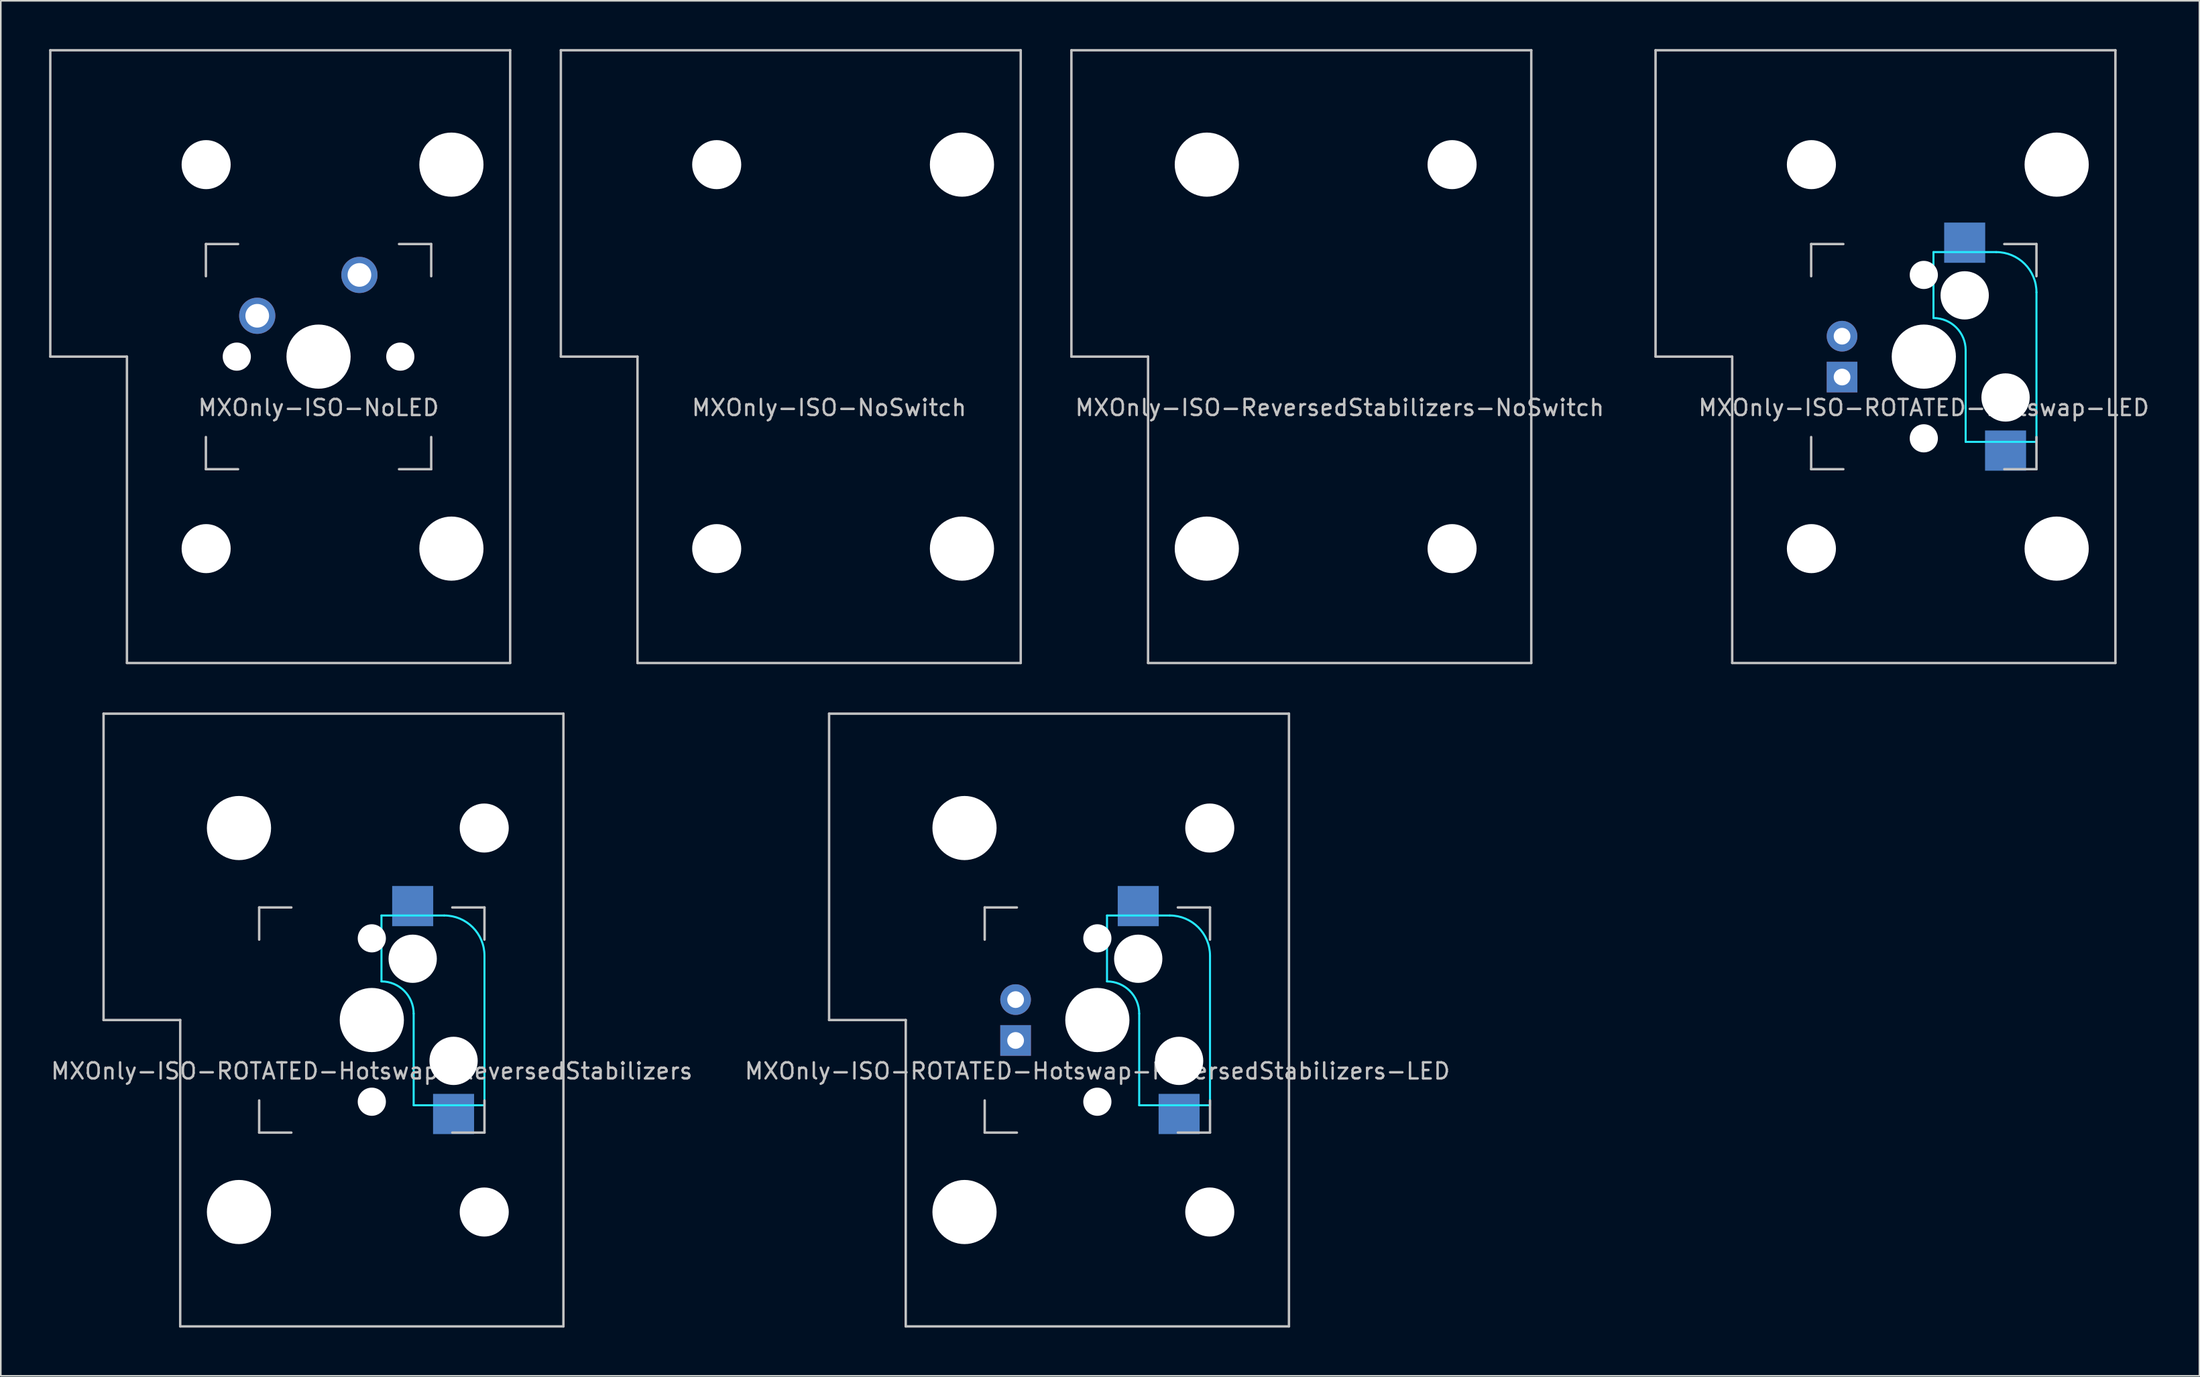
<source format=kicad_pcb>
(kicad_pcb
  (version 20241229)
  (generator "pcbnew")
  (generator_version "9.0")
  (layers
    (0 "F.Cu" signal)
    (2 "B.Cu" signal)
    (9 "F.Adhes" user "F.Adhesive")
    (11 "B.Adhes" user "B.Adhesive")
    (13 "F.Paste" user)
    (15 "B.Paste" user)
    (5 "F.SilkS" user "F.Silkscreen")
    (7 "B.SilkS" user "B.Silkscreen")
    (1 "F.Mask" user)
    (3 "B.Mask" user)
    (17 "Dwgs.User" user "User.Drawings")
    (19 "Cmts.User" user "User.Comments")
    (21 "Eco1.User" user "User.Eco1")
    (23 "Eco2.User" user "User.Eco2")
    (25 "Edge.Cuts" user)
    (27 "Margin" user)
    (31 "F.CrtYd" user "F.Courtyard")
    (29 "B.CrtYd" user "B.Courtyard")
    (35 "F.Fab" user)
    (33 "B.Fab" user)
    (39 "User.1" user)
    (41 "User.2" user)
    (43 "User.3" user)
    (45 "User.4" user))
  (footprint "MXOnly-ISO-NoLED"
    (layer "F.Cu")
    (at 16.744 19.125)
    (property "Reference" "MXOnly-ISO-NoLED" (at 0 3.175 0) (layer "Dwgs.User") (effects (font (size 1 1) (thickness 0.15))))
    (attr through_hole)
    (fp_line (start -16.669 -19.05) (end -16.669 0) (stroke (width 0.15) (type solid)) (layer "Dwgs.User"))
    (fp_line (start -16.669 -19.05) (end 11.906 -19.05) (stroke (width 0.15) (type solid)) (layer "Dwgs.User"))
    (fp_line (start -11.906 0) (end -16.669 0) (stroke (width 0.15) (type solid)) (layer "Dwgs.User"))
    (fp_line (start -11.906 19.05) (end -11.906 0) (stroke (width 0.15) (type solid)) (layer "Dwgs.User"))
    (fp_line (start -11.906 19.05) (end 11.906 19.05) (stroke (width 0.15) (type solid)) (layer "Dwgs.User"))
    (fp_line (start -7 -7) (end -7 -5) (stroke (width 0.15) (type solid)) (layer "Dwgs.User"))
    (fp_line (start -7 5) (end -7 7) (stroke (width 0.15) (type solid)) (layer "Dwgs.User"))
    (fp_line (start -7 7) (end -5 7) (stroke (width 0.15) (type solid)) (layer "Dwgs.User"))
    (fp_line (start -5 -7) (end -7 -7) (stroke (width 0.15) (type solid)) (layer "Dwgs.User"))
    (fp_line (start 5 -7) (end 7 -7) (stroke (width 0.15) (type solid)) (layer "Dwgs.User"))
    (fp_line (start 5 7) (end 7 7) (stroke (width 0.15) (type solid)) (layer "Dwgs.User"))
    (fp_line (start 7 -7) (end 7 -5) (stroke (width 0.15) (type solid)) (layer "Dwgs.User"))
    (fp_line (start 7 7) (end 7 5) (stroke (width 0.15) (type solid)) (layer "Dwgs.User"))
    (fp_line (start 11.906 -19.05) (end 11.906 19.05) (stroke (width 0.15) (type solid)) (layer "Dwgs.User"))
    (pad "" np_thru_hole circle (at -6.985 -11.938) (size 3.048 3.048) (drill 3.048) (layers "*.Cu" "*.Mask"))
    (pad "" np_thru_hole circle (at -6.985 11.938) (size 3.048 3.048) (drill 3.048) (layers "*.Cu" "*.Mask"))
    (pad "" np_thru_hole circle (at -5.08 0 48.1) (size 1.75 1.75) (drill 1.75) (layers "*.Cu" "*.Mask"))
    (pad "" np_thru_hole circle (at 0 0) (size 3.988 3.988) (drill 3.988) (layers "*.Cu" "*.Mask"))
    (pad "" np_thru_hole circle (at 5.08 0 48.1) (size 1.75 1.75) (drill 1.75) (layers "*.Cu" "*.Mask"))
    (pad "" np_thru_hole circle (at 8.255 -11.938) (size 3.988 3.988) (drill 3.988) (layers "*.Cu" "*.Mask"))
    (pad "" np_thru_hole circle (at 8.255 11.938) (size 3.988 3.988) (drill 3.988) (layers "*.Cu" "*.Mask"))
    (pad "1" thru_hole circle (at -3.81 -2.54) (size 2.25 2.25) (drill 1.47) (layers "*.Cu" "B.Mask"))
    (pad "2" thru_hole circle (at 2.54 -5.08) (size 2.25 2.25) (drill 1.47) (layers "*.Cu" "B.Mask")))
  (footprint "MXOnly-ISO-ROTATED-Hotswap-ReversedStabilizers-LED"
    (layer "F.Cu")
    (at 65.137 60.375)
    (property "Reference" "MXOnly-ISO-ROTATED-Hotswap-ReversedStabilizers-LED" (at 0 3.175 0) (layer "Dwgs.User") (effects (font (size 1 1) (thickness 0.15))))
    (attr through_hole)
    (fp_line (start -16.669 -19.05) (end -16.669 0) (stroke (width 0.15) (type solid)) (layer "Dwgs.User"))
    (fp_line (start -16.669 -19.05) (end 11.906 -19.05) (stroke (width 0.15) (type solid)) (layer "Dwgs.User"))
    (fp_line (start -11.906 0) (end -16.669 0) (stroke (width 0.15) (type solid)) (layer "Dwgs.User"))
    (fp_line (start -11.906 19.05) (end -11.906 0) (stroke (width 0.15) (type solid)) (layer "Dwgs.User"))
    (fp_line (start -11.906 19.05) (end 11.906 19.05) (stroke (width 0.15) (type solid)) (layer "Dwgs.User"))
    (fp_line (start -7 -7) (end -7 -5) (stroke (width 0.15) (type solid)) (layer "Dwgs.User"))
    (fp_line (start -7 5) (end -7 7) (stroke (width 0.15) (type solid)) (layer "Dwgs.User"))
    (fp_line (start -7 7) (end -5 7) (stroke (width 0.15) (type solid)) (layer "Dwgs.User"))
    (fp_line (start -5 -7) (end -7 -7) (stroke (width 0.15) (type solid)) (layer "Dwgs.User"))
    (fp_line (start 5 -7) (end 7 -7) (stroke (width 0.15) (type solid)) (layer "Dwgs.User"))
    (fp_line (start 5 7) (end 7 7) (stroke (width 0.15) (type solid)) (layer "Dwgs.User"))
    (fp_line (start 7 -7) (end 7 -5) (stroke (width 0.15) (type solid)) (layer "Dwgs.User"))
    (fp_line (start 7 7) (end 7 5) (stroke (width 0.15) (type solid)) (layer "Dwgs.User"))
    (fp_line (start 11.906 -19.05) (end 11.906 19.05) (stroke (width 0.15) (type solid)) (layer "Dwgs.User"))
    (fp_line (start 0.6 -6.5) (end 0.6 -2.4) (stroke (width 0.127) (type solid)) (layer "B.CrtYd"))
    (fp_line (start 2.6 -0.4) (end 2.6 5.3) (stroke (width 0.127) (type solid)) (layer "B.CrtYd"))
    (fp_line (start 4.5 -6.5) (end 0.6 -6.5) (stroke (width 0.127) (type solid)) (layer "B.CrtYd"))
    (fp_line (start 7 5.3) (end 2.6 5.3) (stroke (width 0.127) (type solid)) (layer "B.CrtYd"))
    (fp_line (start 7 5.3) (end 7 -4) (stroke (width 0.127) (type solid)) (layer "B.CrtYd"))
    (fp_arc (start 0.6 -2.4) (mid 2.014214 -1.814214) (end 2.6 -0.4) (stroke (width 0.127) (type solid)) (layer "B.CrtYd"))
    (fp_arc (start 4.5 -6.5) (mid 6.267767 -5.767767) (end 7 -4) (stroke (width 0.127) (type solid)) (layer "B.CrtYd"))
    (pad "" np_thru_hole circle (at -8.255 -11.938) (size 3.988 3.988) (drill 3.988) (layers "*.Cu" "*.Mask"))
    (pad "" np_thru_hole circle (at -8.255 11.938) (size 3.988 3.988) (drill 3.988) (layers "*.Cu" "*.Mask"))
    (pad "" np_thru_hole circle (at 0 -5.08 48.1) (size 1.75 1.75) (drill 1.75) (layers "*.Cu" "*.Mask"))
    (pad "" np_thru_hole circle (at 0 0) (size 3.988 3.988) (drill 3.988) (layers "*.Cu" "*.Mask"))
    (pad "" np_thru_hole circle (at 0 5.08 48.1) (size 1.75 1.75) (drill 1.75) (layers "*.Cu" "*.Mask"))
    (pad "" np_thru_hole circle (at 2.54 -3.81 270) (size 3 3) (drill 3) (layers "*.Cu" "*.Mask"))
    (pad "" np_thru_hole circle (at 5.08 2.54 270) (size 3 3) (drill 3) (layers "*.Cu" "*.Mask"))
    (pad "" np_thru_hole circle (at 6.985 -11.938) (size 3.048 3.048) (drill 3.048) (layers "*.Cu" "*.Mask"))
    (pad "" np_thru_hole circle (at 6.985 11.938) (size 3.048 3.048) (drill 3.048) (layers "*.Cu" "*.Mask"))
    (pad "1" smd rect (at 2.54 -7.085) (size 2.55 2.5) (layers "B.Cu" "B.Mask" "B.Paste"))
    (pad "2" smd rect (at 5.08 5.842) (size 2.55 2.5) (layers "B.Cu" "B.Mask" "B.Paste"))
    (pad "3" thru_hole circle (at -5.08 -1.27) (size 1.905 1.905) (drill 1.04) (layers "*.Cu" "B.Mask"))
    (pad "4" thru_hole rect (at -5.08 1.27) (size 1.905 1.905) (drill 1.04) (layers "*.Cu" "B.Mask")))
  (footprint "MXOnly-ISO-NoSwitch"
    (layer "F.Cu")
    (at 48.469 19.125)
    (property "Reference" "MXOnly-ISO-NoSwitch" (at 0 3.175 0) (layer "Dwgs.User") (effects (font (size 1 1) (thickness 0.15))))
    (attr through_hole)
    (fp_line (start -16.669 -19.05) (end -16.669 0) (stroke (width 0.15) (type solid)) (layer "Dwgs.User"))
    (fp_line (start -16.669 -19.05) (end 11.906 -19.05) (stroke (width 0.15) (type solid)) (layer "Dwgs.User"))
    (fp_line (start -11.906 0) (end -16.669 0) (stroke (width 0.15) (type solid)) (layer "Dwgs.User"))
    (fp_line (start -11.906 19.05) (end -11.906 0) (stroke (width 0.15) (type solid)) (layer "Dwgs.User"))
    (fp_line (start -11.906 19.05) (end 11.906 19.05) (stroke (width 0.15) (type solid)) (layer "Dwgs.User"))
    (fp_line (start 11.906 -19.05) (end 11.906 19.05) (stroke (width 0.15) (type solid)) (layer "Dwgs.User"))
    (pad "" np_thru_hole circle (at -6.985 -11.938) (size 3.048 3.048) (drill 3.048) (layers "*.Cu" "*.Mask"))
    (pad "" np_thru_hole circle (at -6.985 11.938) (size 3.048 3.048) (drill 3.048) (layers "*.Cu" "*.Mask"))
    (pad "" np_thru_hole circle (at 8.255 -11.938) (size 3.988 3.988) (drill 3.988) (layers "*.Cu" "*.Mask"))
    (pad "" np_thru_hole circle (at 8.255 11.938) (size 3.988 3.988) (drill 3.988) (layers "*.Cu" "*.Mask")))
  (footprint "MXOnly-ISO-ROTATED-Hotswap-ReversedStabilizers"
    (layer "F.Cu")
    (at 20.054 60.375)
    (property "Reference" "MXOnly-ISO-ROTATED-Hotswap-ReversedStabilizers" (at 0 3.175 0) (layer "Dwgs.User") (effects (font (size 1 1) (thickness 0.15))))
    (attr through_hole)
    (fp_line (start -16.669 -19.05) (end -16.669 0) (stroke (width 0.15) (type solid)) (layer "Dwgs.User"))
    (fp_line (start -16.669 -19.05) (end 11.906 -19.05) (stroke (width 0.15) (type solid)) (layer "Dwgs.User"))
    (fp_line (start -11.906 0) (end -16.669 0) (stroke (width 0.15) (type solid)) (layer "Dwgs.User"))
    (fp_line (start -11.906 19.05) (end -11.906 0) (stroke (width 0.15) (type solid)) (layer "Dwgs.User"))
    (fp_line (start -11.906 19.05) (end 11.906 19.05) (stroke (width 0.15) (type solid)) (layer "Dwgs.User"))
    (fp_line (start -7 -7) (end -7 -5) (stroke (width 0.15) (type solid)) (layer "Dwgs.User"))
    (fp_line (start -7 5) (end -7 7) (stroke (width 0.15) (type solid)) (layer "Dwgs.User"))
    (fp_line (start -7 7) (end -5 7) (stroke (width 0.15) (type solid)) (layer "Dwgs.User"))
    (fp_line (start -5 -7) (end -7 -7) (stroke (width 0.15) (type solid)) (layer "Dwgs.User"))
    (fp_line (start 5 -7) (end 7 -7) (stroke (width 0.15) (type solid)) (layer "Dwgs.User"))
    (fp_line (start 5 7) (end 7 7) (stroke (width 0.15) (type solid)) (layer "Dwgs.User"))
    (fp_line (start 7 -7) (end 7 -5) (stroke (width 0.15) (type solid)) (layer "Dwgs.User"))
    (fp_line (start 7 7) (end 7 5) (stroke (width 0.15) (type solid)) (layer "Dwgs.User"))
    (fp_line (start 11.906 -19.05) (end 11.906 19.05) (stroke (width 0.15) (type solid)) (layer "Dwgs.User"))
    (fp_line (start 0.6 -6.5) (end 0.6 -2.4) (stroke (width 0.127) (type solid)) (layer "B.CrtYd"))
    (fp_line (start 2.6 -0.4) (end 2.6 5.3) (stroke (width 0.127) (type solid)) (layer "B.CrtYd"))
    (fp_line (start 4.5 -6.5) (end 0.6 -6.5) (stroke (width 0.127) (type solid)) (layer "B.CrtYd"))
    (fp_line (start 7 5.3) (end 2.6 5.3) (stroke (width 0.127) (type solid)) (layer "B.CrtYd"))
    (fp_line (start 7 5.3) (end 7 -4) (stroke (width 0.127) (type solid)) (layer "B.CrtYd"))
    (fp_arc (start 0.6 -2.4) (mid 2.014214 -1.814214) (end 2.6 -0.4) (stroke (width 0.127) (type solid)) (layer "B.CrtYd"))
    (fp_arc (start 4.5 -6.5) (mid 6.267767 -5.767767) (end 7 -4) (stroke (width 0.127) (type solid)) (layer "B.CrtYd"))
    (pad "" np_thru_hole circle (at -8.255 -11.938) (size 3.988 3.988) (drill 3.988) (layers "*.Cu" "*.Mask"))
    (pad "" np_thru_hole circle (at -8.255 11.938) (size 3.988 3.988) (drill 3.988) (layers "*.Cu" "*.Mask"))
    (pad "" np_thru_hole circle (at 0 -5.08 48.1) (size 1.75 1.75) (drill 1.75) (layers "*.Cu" "*.Mask"))
    (pad "" np_thru_hole circle (at 0 0) (size 3.988 3.988) (drill 3.988) (layers "*.Cu" "*.Mask"))
    (pad "" np_thru_hole circle (at 0 5.08 48.1) (size 1.75 1.75) (drill 1.75) (layers "*.Cu" "*.Mask"))
    (pad "" np_thru_hole circle (at 2.54 -3.81 270) (size 3 3) (drill 3) (layers "*.Cu" "*.Mask"))
    (pad "" np_thru_hole circle (at 5.08 2.54 270) (size 3 3) (drill 3) (layers "*.Cu" "*.Mask"))
    (pad "" np_thru_hole circle (at 6.985 -11.938) (size 3.048 3.048) (drill 3.048) (layers "*.Cu" "*.Mask"))
    (pad "" np_thru_hole circle (at 6.985 11.938) (size 3.048 3.048) (drill 3.048) (layers "*.Cu" "*.Mask"))
    (pad "1" smd rect (at 2.54 -7.085 180) (size 2.55 2.5) (layers "B.Cu" "B.Mask" "B.Paste"))
    (pad "2" smd rect (at 5.08 5.842) (size 2.55 2.5) (layers "B.Cu" "B.Mask" "B.Paste")))
  (footprint "MXOnly-ISO-ROTATED-Hotswap-LED"
    (layer "F.Cu")
    (at 116.491 19.125)
    (property "Reference" "MXOnly-ISO-ROTATED-Hotswap-LED" (at 0 3.175 0) (layer "Dwgs.User") (effects (font (size 1 1) (thickness 0.15))))
    (attr through_hole)
    (fp_line (start -16.669 -19.05) (end -16.669 0) (stroke (width 0.15) (type solid)) (layer "Dwgs.User"))
    (fp_line (start -16.669 -19.05) (end 11.906 -19.05) (stroke (width 0.15) (type solid)) (layer "Dwgs.User"))
    (fp_line (start -11.906 0) (end -16.669 0) (stroke (width 0.15) (type solid)) (layer "Dwgs.User"))
    (fp_line (start -11.906 19.05) (end -11.906 0) (stroke (width 0.15) (type solid)) (layer "Dwgs.User"))
    (fp_line (start -11.906 19.05) (end 11.906 19.05) (stroke (width 0.15) (type solid)) (layer "Dwgs.User"))
    (fp_line (start -7 -7) (end -7 -5) (stroke (width 0.15) (type solid)) (layer "Dwgs.User"))
    (fp_line (start -7 5) (end -7 7) (stroke (width 0.15) (type solid)) (layer "Dwgs.User"))
    (fp_line (start -7 7) (end -5 7) (stroke (width 0.15) (type solid)) (layer "Dwgs.User"))
    (fp_line (start -5 -7) (end -7 -7) (stroke (width 0.15) (type solid)) (layer "Dwgs.User"))
    (fp_line (start 5 -7) (end 7 -7) (stroke (width 0.15) (type solid)) (layer "Dwgs.User"))
    (fp_line (start 5 7) (end 7 7) (stroke (width 0.15) (type solid)) (layer "Dwgs.User"))
    (fp_line (start 7 -7) (end 7 -5) (stroke (width 0.15) (type solid)) (layer "Dwgs.User"))
    (fp_line (start 7 7) (end 7 5) (stroke (width 0.15) (type solid)) (layer "Dwgs.User"))
    (fp_line (start 11.906 -19.05) (end 11.906 19.05) (stroke (width 0.15) (type solid)) (layer "Dwgs.User"))
    (fp_line (start 0.6 -6.5) (end 0.6 -2.4) (stroke (width 0.127) (type solid)) (layer "B.CrtYd"))
    (fp_line (start 2.6 -0.4) (end 2.6 5.3) (stroke (width 0.127) (type solid)) (layer "B.CrtYd"))
    (fp_line (start 4.5 -6.5) (end 0.6 -6.5) (stroke (width 0.127) (type solid)) (layer "B.CrtYd"))
    (fp_line (start 7 5.3) (end 2.6 5.3) (stroke (width 0.127) (type solid)) (layer "B.CrtYd"))
    (fp_line (start 7 5.3) (end 7 -4) (stroke (width 0.127) (type solid)) (layer "B.CrtYd"))
    (fp_arc (start 0.6 -2.4) (mid 2.014214 -1.814214) (end 2.6 -0.4) (stroke (width 0.127) (type solid)) (layer "B.CrtYd"))
    (fp_arc (start 4.5 -6.5) (mid 6.267767 -5.767767) (end 7 -4) (stroke (width 0.127) (type solid)) (layer "B.CrtYd"))
    (pad "" np_thru_hole circle (at -6.985 -11.938) (size 3.048 3.048) (drill 3.048) (layers "*.Cu" "*.Mask"))
    (pad "" np_thru_hole circle (at -6.985 11.938) (size 3.048 3.048) (drill 3.048) (layers "*.Cu" "*.Mask"))
    (pad "" np_thru_hole circle (at 0 -5.08 48.1) (size 1.75 1.75) (drill 1.75) (layers "*.Cu" "*.Mask"))
    (pad "" np_thru_hole circle (at 0 0) (size 3.988 3.988) (drill 3.988) (layers "*.Cu" "*.Mask"))
    (pad "" np_thru_hole circle (at 0 5.08 48.1) (size 1.75 1.75) (drill 1.75) (layers "*.Cu" "*.Mask"))
    (pad "" np_thru_hole circle (at 2.54 -3.81 270) (size 3 3) (drill 3) (layers "*.Cu" "*.Mask"))
    (pad "" np_thru_hole circle (at 5.08 2.54 270) (size 3 3) (drill 3) (layers "*.Cu" "*.Mask"))
    (pad "" np_thru_hole circle (at 8.255 -11.938) (size 3.988 3.988) (drill 3.988) (layers "*.Cu" "*.Mask"))
    (pad "" np_thru_hole circle (at 8.255 11.938) (size 3.988 3.988) (drill 3.988) (layers "*.Cu" "*.Mask"))
    (pad "1" smd rect (at 2.54 -7.085 180) (size 2.55 2.5) (layers "B.Cu" "B.Mask" "B.Paste"))
    (pad "2" smd rect (at 5.08 5.842) (size 2.55 2.5) (layers "B.Cu" "B.Mask" "B.Paste"))
    (pad "3" thru_hole circle (at -5.08 -1.27) (size 1.905 1.905) (drill 1.04) (layers "*.Cu" "B.Mask"))
    (pad "4" thru_hole rect (at -5.08 1.27) (size 1.905 1.905) (drill 1.04) (layers "*.Cu" "B.Mask")))
  (footprint "MXOnly-ISO-ReversedStabilizers-NoSwitch"
    (layer "F.Cu")
    (at 80.194 19.125)
    (property "Reference" "MXOnly-ISO-ReversedStabilizers-NoSwitch" (at 0 3.175 0) (layer "Dwgs.User") (effects (font (size 1 1) (thickness 0.15))))
    (attr through_hole)
    (fp_line (start -16.669 -19.05) (end -16.669 0) (stroke (width 0.15) (type solid)) (layer "Dwgs.User"))
    (fp_line (start -16.669 -19.05) (end 11.906 -19.05) (stroke (width 0.15) (type solid)) (layer "Dwgs.User"))
    (fp_line (start -11.906 0) (end -16.669 0) (stroke (width 0.15) (type solid)) (layer "Dwgs.User"))
    (fp_line (start -11.906 19.05) (end -11.906 0) (stroke (width 0.15) (type solid)) (layer "Dwgs.User"))
    (fp_line (start -11.906 19.05) (end 11.906 19.05) (stroke (width 0.15) (type solid)) (layer "Dwgs.User"))
    (fp_line (start 11.906 -19.05) (end 11.906 19.05) (stroke (width 0.15) (type solid)) (layer "Dwgs.User"))
    (pad "" np_thru_hole circle (at -8.255 -11.938) (size 3.988 3.988) (drill 3.988) (layers "*.Cu" "*.Mask"))
    (pad "" np_thru_hole circle (at -8.255 11.938) (size 3.988 3.988) (drill 3.988) (layers "*.Cu" "*.Mask"))
    (pad "" np_thru_hole circle (at 6.985 -11.938) (size 3.048 3.048) (drill 3.048) (layers "*.Cu" "*.Mask"))
    (pad "" np_thru_hole circle (at 6.985 11.938) (size 3.048 3.048) (drill 3.048) (layers "*.Cu" "*.Mask")))
  (gr_rect
    (start -3 -3)
    (end 133.616 82.5)
    (stroke (width 0.1) (type default))
    (fill no)
    (layer "Edge.Cuts")))
</source>
